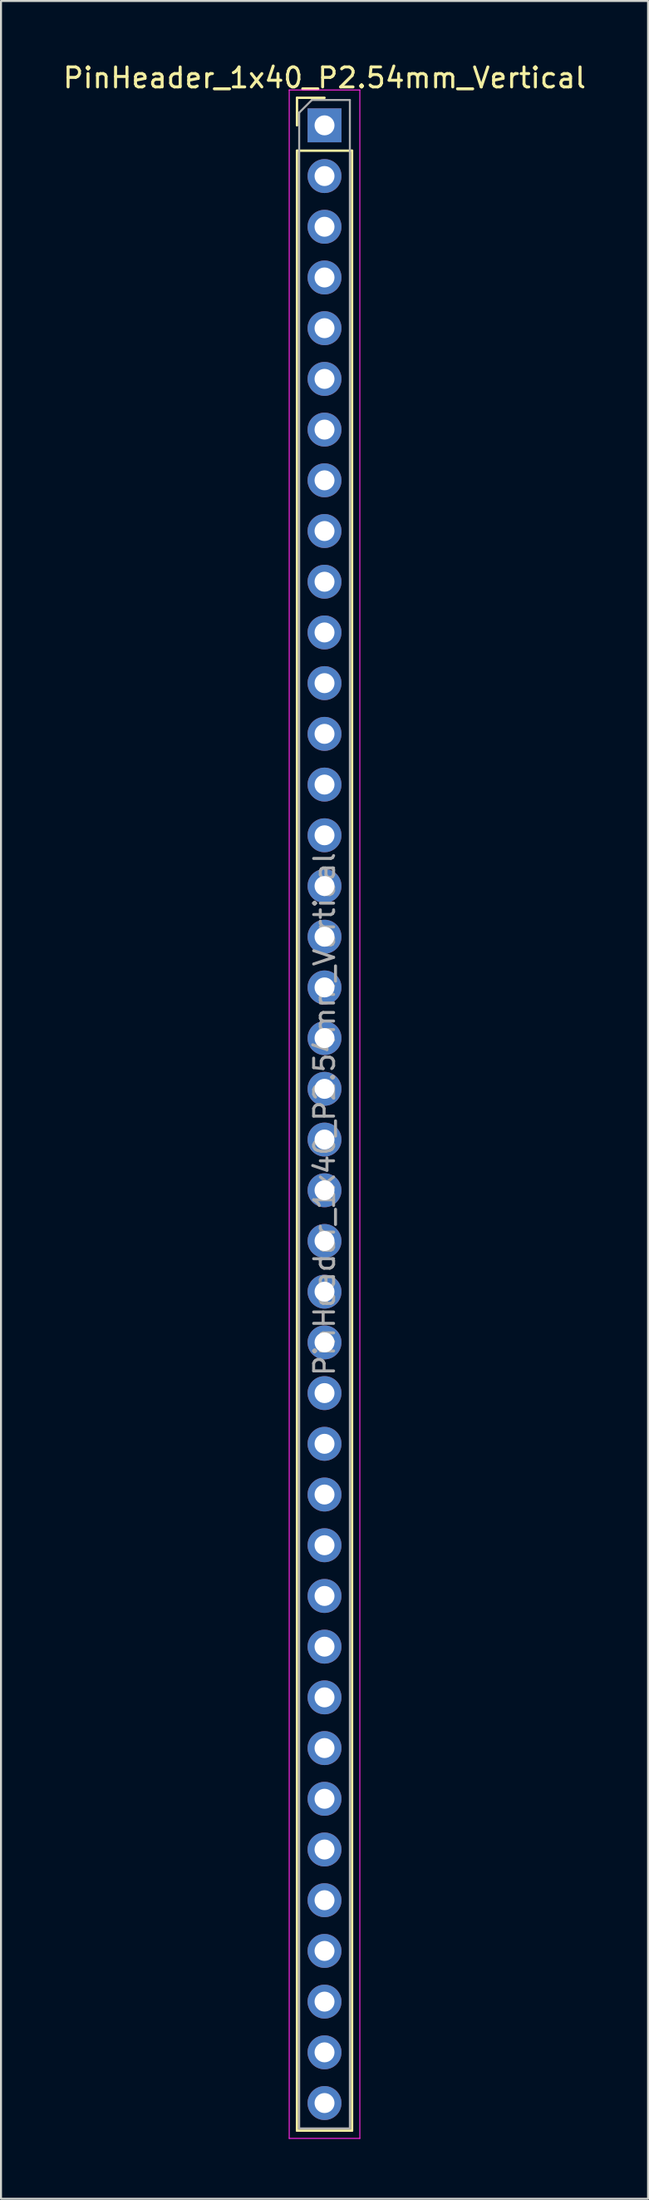
<source format=kicad_pcb>
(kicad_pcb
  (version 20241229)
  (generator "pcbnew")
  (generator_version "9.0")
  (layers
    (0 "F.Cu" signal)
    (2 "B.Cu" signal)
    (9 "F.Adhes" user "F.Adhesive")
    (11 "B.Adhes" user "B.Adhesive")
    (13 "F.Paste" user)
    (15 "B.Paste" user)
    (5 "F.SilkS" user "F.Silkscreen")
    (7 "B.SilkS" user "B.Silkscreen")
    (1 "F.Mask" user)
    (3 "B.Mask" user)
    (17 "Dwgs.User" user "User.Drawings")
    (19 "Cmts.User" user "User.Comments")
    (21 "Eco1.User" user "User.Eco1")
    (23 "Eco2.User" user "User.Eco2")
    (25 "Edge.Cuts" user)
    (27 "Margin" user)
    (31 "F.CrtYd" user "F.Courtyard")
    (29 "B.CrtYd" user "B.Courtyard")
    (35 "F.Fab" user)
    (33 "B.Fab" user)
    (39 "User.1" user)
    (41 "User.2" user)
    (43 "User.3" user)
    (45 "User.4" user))
  (footprint "PinHeader_1x40_P2.54mm_Vertical"
    (layer "F.Cu")
    (at 13.22 3.228)
    (property "Reference" "PinHeader_1x40_P2.54mm_Vertical" (at 0 -2.38 0) (layer "F.SilkS") (effects (font (size 1 1) (thickness 0.15))))
    (attr through_hole)
    (fp_line (start -1.38 -1.38) (end 0 -1.38) (stroke (width 0.12) (type solid)) (layer "F.SilkS"))
    (fp_line (start -1.38 0) (end -1.38 -1.38) (stroke (width 0.12) (type solid)) (layer "F.SilkS"))
    (fp_line (start -1.38 1.27) (end -1.38 100.44) (stroke (width 0.12) (type solid)) (layer "F.SilkS"))
    (fp_line (start -1.38 1.27) (end 1.38 1.27) (stroke (width 0.12) (type solid)) (layer "F.SilkS"))
    (fp_line (start -1.38 100.44) (end 1.38 100.44) (stroke (width 0.12) (type solid)) (layer "F.SilkS"))
    (fp_line (start 1.38 1.27) (end 1.38 100.44) (stroke (width 0.12) (type solid)) (layer "F.SilkS"))
    (fp_line (start -1.77 -1.77) (end -1.77 100.83) (stroke (width 0.05) (type solid)) (layer "F.CrtYd"))
    (fp_line (start -1.77 100.83) (end 1.77 100.83) (stroke (width 0.05) (type solid)) (layer "F.CrtYd"))
    (fp_line (start 1.77 -1.77) (end -1.77 -1.77) (stroke (width 0.05) (type solid)) (layer "F.CrtYd"))
    (fp_line (start 1.77 100.83) (end 1.77 -1.77) (stroke (width 0.05) (type solid)) (layer "F.CrtYd"))
    (fp_line (start -1.27 -0.635) (end -0.635 -1.27) (stroke (width 0.1) (type solid)) (layer "F.Fab"))
    (fp_line (start -1.27 100.33) (end -1.27 -0.635) (stroke (width 0.1) (type solid)) (layer "F.Fab"))
    (fp_line (start -0.635 -1.27) (end 1.27 -1.27) (stroke (width 0.1) (type solid)) (layer "F.Fab"))
    (fp_line (start 1.27 -1.27) (end 1.27 100.33) (stroke (width 0.1) (type solid)) (layer "F.Fab"))
    (fp_line (start 1.27 100.33) (end -1.27 100.33) (stroke (width 0.1) (type solid)) (layer "F.Fab"))
    (fp_text user "${REFERENCE}" (at 0 49.53 90) (layer "F.Fab") (effects (font (size 1 1) (thickness 0.15))))
    (pad "1" thru_hole rect (at 0 0) (size 1.7 1.7) (drill 1) (layers "*.Cu" "*.Mask"))
    (pad "2" thru_hole circle (at 0 2.54) (size 1.7 1.7) (drill 1) (layers "*.Cu" "*.Mask"))
    (pad "3" thru_hole circle (at 0 5.08) (size 1.7 1.7) (drill 1) (layers "*.Cu" "*.Mask"))
    (pad "4" thru_hole circle (at 0 7.62) (size 1.7 1.7) (drill 1) (layers "*.Cu" "*.Mask"))
    (pad "5" thru_hole circle (at 0 10.16) (size 1.7 1.7) (drill 1) (layers "*.Cu" "*.Mask"))
    (pad "6" thru_hole circle (at 0 12.7) (size 1.7 1.7) (drill 1) (layers "*.Cu" "*.Mask"))
    (pad "7" thru_hole circle (at 0 15.24) (size 1.7 1.7) (drill 1) (layers "*.Cu" "*.Mask"))
    (pad "8" thru_hole circle (at 0 17.78) (size 1.7 1.7) (drill 1) (layers "*.Cu" "*.Mask"))
    (pad "9" thru_hole circle (at 0 20.32) (size 1.7 1.7) (drill 1) (layers "*.Cu" "*.Mask"))
    (pad "10" thru_hole circle (at 0 22.86) (size 1.7 1.7) (drill 1) (layers "*.Cu" "*.Mask"))
    (pad "11" thru_hole circle (at 0 25.4) (size 1.7 1.7) (drill 1) (layers "*.Cu" "*.Mask"))
    (pad "12" thru_hole circle (at 0 27.94) (size 1.7 1.7) (drill 1) (layers "*.Cu" "*.Mask"))
    (pad "13" thru_hole circle (at 0 30.48) (size 1.7 1.7) (drill 1) (layers "*.Cu" "*.Mask"))
    (pad "14" thru_hole circle (at 0 33.02) (size 1.7 1.7) (drill 1) (layers "*.Cu" "*.Mask"))
    (pad "15" thru_hole circle (at 0 35.56) (size 1.7 1.7) (drill 1) (layers "*.Cu" "*.Mask"))
    (pad "16" thru_hole circle (at 0 38.1) (size 1.7 1.7) (drill 1) (layers "*.Cu" "*.Mask"))
    (pad "17" thru_hole circle (at 0 40.64) (size 1.7 1.7) (drill 1) (layers "*.Cu" "*.Mask"))
    (pad "18" thru_hole circle (at 0 43.18) (size 1.7 1.7) (drill 1) (layers "*.Cu" "*.Mask"))
    (pad "19" thru_hole circle (at 0 45.72) (size 1.7 1.7) (drill 1) (layers "*.Cu" "*.Mask"))
    (pad "20" thru_hole circle (at 0 48.26) (size 1.7 1.7) (drill 1) (layers "*.Cu" "*.Mask"))
    (pad "21" thru_hole circle (at 0 50.8) (size 1.7 1.7) (drill 1) (layers "*.Cu" "*.Mask"))
    (pad "22" thru_hole circle (at 0 53.34) (size 1.7 1.7) (drill 1) (layers "*.Cu" "*.Mask"))
    (pad "23" thru_hole circle (at 0 55.88) (size 1.7 1.7) (drill 1) (layers "*.Cu" "*.Mask"))
    (pad "24" thru_hole circle (at 0 58.42) (size 1.7 1.7) (drill 1) (layers "*.Cu" "*.Mask"))
    (pad "25" thru_hole circle (at 0 60.96) (size 1.7 1.7) (drill 1) (layers "*.Cu" "*.Mask"))
    (pad "26" thru_hole circle (at 0 63.5) (size 1.7 1.7) (drill 1) (layers "*.Cu" "*.Mask"))
    (pad "27" thru_hole circle (at 0 66.04) (size 1.7 1.7) (drill 1) (layers "*.Cu" "*.Mask"))
    (pad "28" thru_hole circle (at 0 68.58) (size 1.7 1.7) (drill 1) (layers "*.Cu" "*.Mask"))
    (pad "29" thru_hole circle (at 0 71.12) (size 1.7 1.7) (drill 1) (layers "*.Cu" "*.Mask"))
    (pad "30" thru_hole circle (at 0 73.66) (size 1.7 1.7) (drill 1) (layers "*.Cu" "*.Mask"))
    (pad "31" thru_hole circle (at 0 76.2) (size 1.7 1.7) (drill 1) (layers "*.Cu" "*.Mask"))
    (pad "32" thru_hole circle (at 0 78.74) (size 1.7 1.7) (drill 1) (layers "*.Cu" "*.Mask"))
    (pad "33" thru_hole circle (at 0 81.28) (size 1.7 1.7) (drill 1) (layers "*.Cu" "*.Mask"))
    (pad "34" thru_hole circle (at 0 83.82) (size 1.7 1.7) (drill 1) (layers "*.Cu" "*.Mask"))
    (pad "35" thru_hole circle (at 0 86.36) (size 1.7 1.7) (drill 1) (layers "*.Cu" "*.Mask"))
    (pad "36" thru_hole circle (at 0 88.9) (size 1.7 1.7) (drill 1) (layers "*.Cu" "*.Mask"))
    (pad "37" thru_hole circle (at 0 91.44) (size 1.7 1.7) (drill 1) (layers "*.Cu" "*.Mask"))
    (pad "38" thru_hole circle (at 0 93.98) (size 1.7 1.7) (drill 1) (layers "*.Cu" "*.Mask"))
    (pad "39" thru_hole circle (at 0 96.52) (size 1.7 1.7) (drill 1) (layers "*.Cu" "*.Mask"))
    (pad "40" thru_hole circle (at 0 99.06) (size 1.7 1.7) (drill 1) (layers "*.Cu" "*.Mask")))
  (gr_rect
    (start -3 -3)
    (end 29.44 107.083)
    (stroke (width 0.1) (type default))
    (fill no)
    (layer "Edge.Cuts")))
</source>
